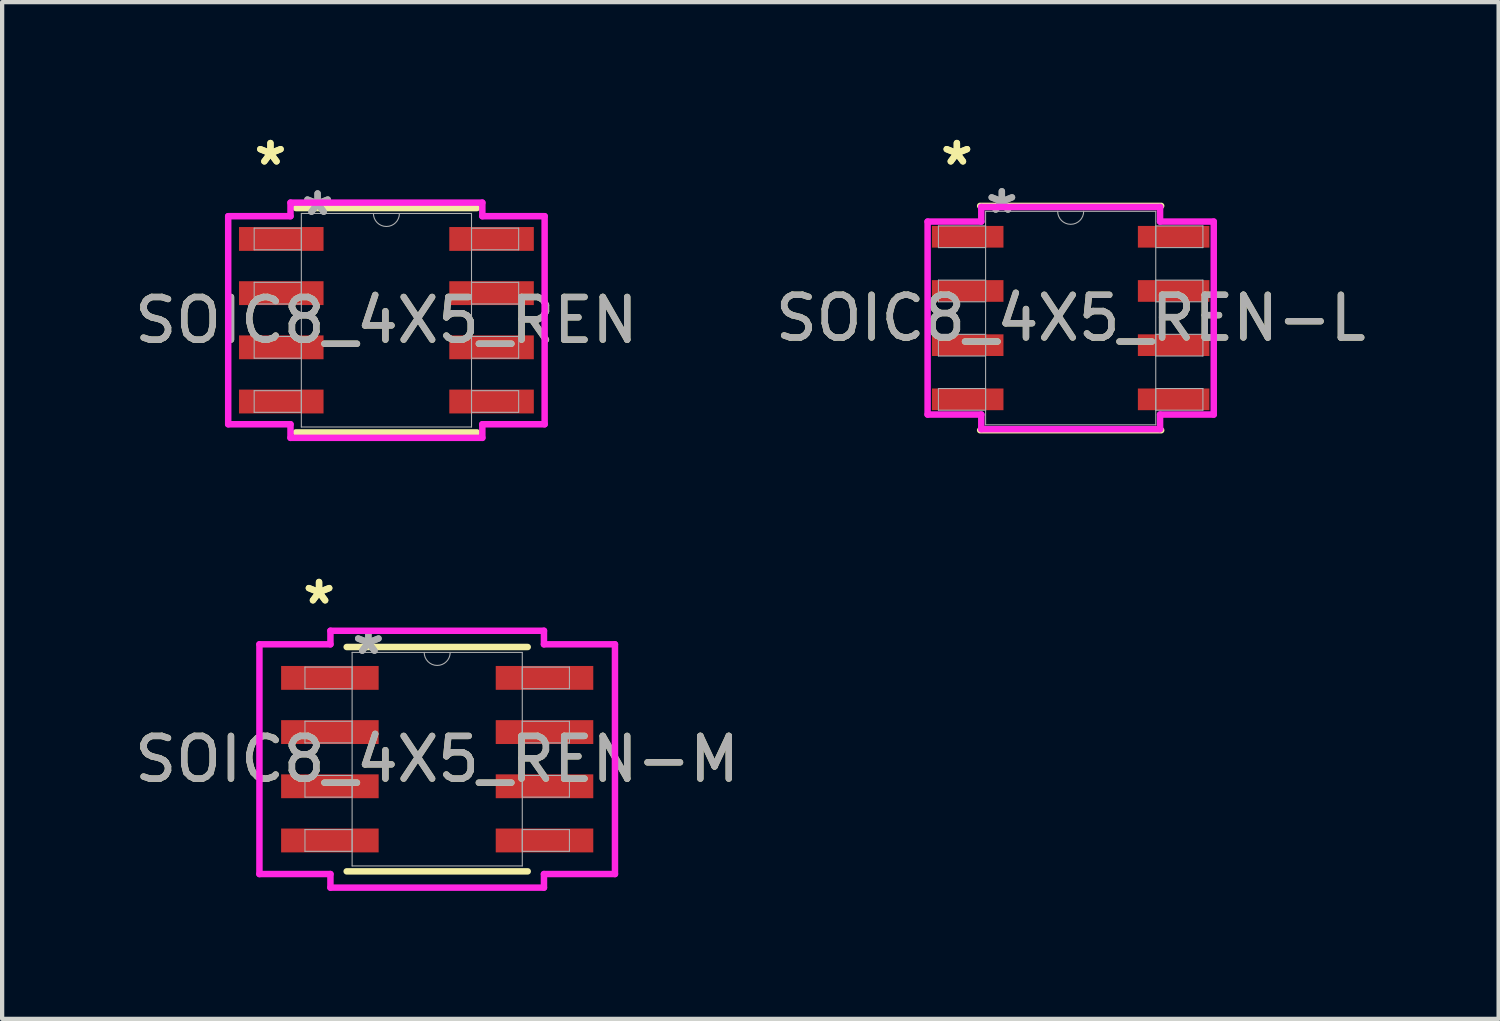
<source format=kicad_pcb>
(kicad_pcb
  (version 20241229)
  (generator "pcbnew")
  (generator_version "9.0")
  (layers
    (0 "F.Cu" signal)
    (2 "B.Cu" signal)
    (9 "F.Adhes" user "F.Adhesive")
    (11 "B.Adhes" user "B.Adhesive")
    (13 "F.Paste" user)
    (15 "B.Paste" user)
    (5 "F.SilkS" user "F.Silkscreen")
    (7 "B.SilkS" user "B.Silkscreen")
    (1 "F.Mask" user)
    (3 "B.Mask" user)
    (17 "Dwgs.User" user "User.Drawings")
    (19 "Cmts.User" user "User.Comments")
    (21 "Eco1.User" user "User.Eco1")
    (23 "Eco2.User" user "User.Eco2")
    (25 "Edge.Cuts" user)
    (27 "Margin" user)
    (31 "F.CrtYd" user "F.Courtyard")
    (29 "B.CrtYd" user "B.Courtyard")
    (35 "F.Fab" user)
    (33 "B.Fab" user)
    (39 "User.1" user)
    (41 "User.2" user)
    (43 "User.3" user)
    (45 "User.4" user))
  (footprint "SOIC8_4X5_REN-M"
    (layer "F.Cu")
    (at 7.196 14.742)
    (property "Reference" "SOIC8_4X5_REN-M" (at 0 0 0) (unlocked yes) (layer "F.SilkS") (effects (font (size 1 1) (thickness 0.15))))
    (attr smd)
    (fp_line (start -2.121 2.629) (end 2.121 2.629) (stroke (width 0.152) (type solid)) (layer "F.SilkS"))
    (fp_line (start 2.121 -2.629) (end -2.121 -2.629) (stroke (width 0.152) (type solid)) (layer "F.SilkS"))
    (fp_line (start -4.166 -2.692) (end -2.502 -2.692) (stroke (width 0.152) (type solid)) (layer "F.CrtYd"))
    (fp_line (start -4.166 2.692) (end -4.166 -2.692) (stroke (width 0.152) (type solid)) (layer "F.CrtYd"))
    (fp_line (start -4.166 2.692) (end -2.502 2.692) (stroke (width 0.152) (type solid)) (layer "F.CrtYd"))
    (fp_line (start -2.502 -3.01) (end 2.502 -3.01) (stroke (width 0.152) (type solid)) (layer "F.CrtYd"))
    (fp_line (start -2.502 -2.692) (end -2.502 -3.01) (stroke (width 0.152) (type solid)) (layer "F.CrtYd"))
    (fp_line (start -2.502 3.01) (end -2.502 2.692) (stroke (width 0.152) (type solid)) (layer "F.CrtYd"))
    (fp_line (start 2.502 -3.01) (end 2.502 -2.692) (stroke (width 0.152) (type solid)) (layer "F.CrtYd"))
    (fp_line (start 2.502 2.692) (end 2.502 3.01) (stroke (width 0.152) (type solid)) (layer "F.CrtYd"))
    (fp_line (start 2.502 3.01) (end -2.502 3.01) (stroke (width 0.152) (type solid)) (layer "F.CrtYd"))
    (fp_line (start 4.166 -2.692) (end 2.502 -2.692) (stroke (width 0.152) (type solid)) (layer "F.CrtYd"))
    (fp_line (start 4.166 -2.692) (end 4.166 2.692) (stroke (width 0.152) (type solid)) (layer "F.CrtYd"))
    (fp_line (start 4.166 2.692) (end 2.502 2.692) (stroke (width 0.152) (type solid)) (layer "F.CrtYd"))
    (fp_line (start -3.099 -2.159) (end -3.099 -1.651) (stroke (width 0.025) (type solid)) (layer "F.Fab"))
    (fp_line (start -3.099 -1.651) (end -1.994 -1.651) (stroke (width 0.025) (type solid)) (layer "F.Fab"))
    (fp_line (start -3.099 -0.889) (end -3.099 -0.381) (stroke (width 0.025) (type solid)) (layer "F.Fab"))
    (fp_line (start -3.099 -0.381) (end -1.994 -0.381) (stroke (width 0.025) (type solid)) (layer "F.Fab"))
    (fp_line (start -3.099 0.381) (end -3.099 0.889) (stroke (width 0.025) (type solid)) (layer "F.Fab"))
    (fp_line (start -3.099 0.889) (end -1.994 0.889) (stroke (width 0.025) (type solid)) (layer "F.Fab"))
    (fp_line (start -3.099 1.651) (end -3.099 2.159) (stroke (width 0.025) (type solid)) (layer "F.Fab"))
    (fp_line (start -3.099 2.159) (end -1.994 2.159) (stroke (width 0.025) (type solid)) (layer "F.Fab"))
    (fp_line (start -1.994 -2.502) (end -1.994 2.502) (stroke (width 0.025) (type solid)) (layer "F.Fab"))
    (fp_line (start -1.994 -2.159) (end -3.099 -2.159) (stroke (width 0.025) (type solid)) (layer "F.Fab"))
    (fp_line (start -1.994 -1.651) (end -1.994 -2.159) (stroke (width 0.025) (type solid)) (layer "F.Fab"))
    (fp_line (start -1.994 -0.889) (end -3.099 -0.889) (stroke (width 0.025) (type solid)) (layer "F.Fab"))
    (fp_line (start -1.994 -0.381) (end -1.994 -0.889) (stroke (width 0.025) (type solid)) (layer "F.Fab"))
    (fp_line (start -1.994 0.381) (end -3.099 0.381) (stroke (width 0.025) (type solid)) (layer "F.Fab"))
    (fp_line (start -1.994 0.889) (end -1.994 0.381) (stroke (width 0.025) (type solid)) (layer "F.Fab"))
    (fp_line (start -1.994 1.651) (end -3.099 1.651) (stroke (width 0.025) (type solid)) (layer "F.Fab"))
    (fp_line (start -1.994 2.159) (end -1.994 1.651) (stroke (width 0.025) (type solid)) (layer "F.Fab"))
    (fp_line (start -1.994 2.502) (end 1.994 2.502) (stroke (width 0.025) (type solid)) (layer "F.Fab"))
    (fp_line (start 1.994 -2.502) (end -1.994 -2.502) (stroke (width 0.025) (type solid)) (layer "F.Fab"))
    (fp_line (start 1.994 -2.159) (end 1.994 -1.651) (stroke (width 0.025) (type solid)) (layer "F.Fab"))
    (fp_line (start 1.994 -1.651) (end 3.099 -1.651) (stroke (width 0.025) (type solid)) (layer "F.Fab"))
    (fp_line (start 1.994 -0.889) (end 1.994 -0.381) (stroke (width 0.025) (type solid)) (layer "F.Fab"))
    (fp_line (start 1.994 -0.381) (end 3.099 -0.381) (stroke (width 0.025) (type solid)) (layer "F.Fab"))
    (fp_line (start 1.994 0.381) (end 1.994 0.889) (stroke (width 0.025) (type solid)) (layer "F.Fab"))
    (fp_line (start 1.994 0.889) (end 3.099 0.889) (stroke (width 0.025) (type solid)) (layer "F.Fab"))
    (fp_line (start 1.994 1.651) (end 1.994 2.159) (stroke (width 0.025) (type solid)) (layer "F.Fab"))
    (fp_line (start 1.994 2.159) (end 3.099 2.159) (stroke (width 0.025) (type solid)) (layer "F.Fab"))
    (fp_line (start 1.994 2.502) (end 1.994 -2.502) (stroke (width 0.025) (type solid)) (layer "F.Fab"))
    (fp_line (start 3.099 -2.159) (end 1.994 -2.159) (stroke (width 0.025) (type solid)) (layer "F.Fab"))
    (fp_line (start 3.099 -1.651) (end 3.099 -2.159) (stroke (width 0.025) (type solid)) (layer "F.Fab"))
    (fp_line (start 3.099 -0.889) (end 1.994 -0.889) (stroke (width 0.025) (type solid)) (layer "F.Fab"))
    (fp_line (start 3.099 -0.381) (end 3.099 -0.889) (stroke (width 0.025) (type solid)) (layer "F.Fab"))
    (fp_line (start 3.099 0.381) (end 1.994 0.381) (stroke (width 0.025) (type solid)) (layer "F.Fab"))
    (fp_line (start 3.099 0.889) (end 3.099 0.381) (stroke (width 0.025) (type solid)) (layer "F.Fab"))
    (fp_line (start 3.099 1.651) (end 1.994 1.651) (stroke (width 0.025) (type solid)) (layer "F.Fab"))
    (fp_line (start 3.099 2.159) (end 3.099 1.651) (stroke (width 0.025) (type solid)) (layer "F.Fab"))
    (fp_arc (start 0.3048 -2.5019) (mid 0 -2.1971) (end -0.3048 -2.5019) (stroke (width 0.0254) (type solid)) (layer "F.Fab"))
    (fp_text user "*" (at -2.769 -3.607 0) (unlocked yes) (layer "F.SilkS") (effects (font (size 1 1) (thickness 0.15))))
    (fp_text user "*" (at -2.769 -3.607 0) (layer "F.SilkS") (effects (font (size 1 1) (thickness 0.15))))
    (fp_text user "${REFERENCE}" (at 0 0 0) (unlocked yes) (layer "F.Fab") (effects (font (size 1 1) (thickness 0.15))))
    (fp_text user "*" (at -1.613 -2.426 0) (layer "F.Fab") (effects (font (size 1 1) (thickness 0.15))))
    (fp_text user "*" (at -1.613 -2.426 0) (unlocked yes) (layer "F.Fab") (effects (font (size 1 1) (thickness 0.15))))
    (pad "1" smd rect (at -2.515 -1.905) (size 2.286 0.559) (layers "F.Cu" "F.Mask" "F.Paste"))
    (pad "2" smd rect (at -2.515 -0.635) (size 2.286 0.559) (layers "F.Cu" "F.Mask" "F.Paste"))
    (pad "3" smd rect (at -2.515 0.635) (size 2.286 0.559) (layers "F.Cu" "F.Mask" "F.Paste"))
    (pad "4" smd rect (at -2.515 1.905) (size 2.286 0.559) (layers "F.Cu" "F.Mask" "F.Paste"))
    (pad "5" smd rect (at 2.515 1.905) (size 2.286 0.559) (layers "F.Cu" "F.Mask" "F.Paste"))
    (pad "6" smd rect (at 2.515 0.635) (size 2.286 0.559) (layers "F.Cu" "F.Mask" "F.Paste"))
    (pad "7" smd rect (at 2.515 -0.635) (size 2.286 0.559) (layers "F.Cu" "F.Mask" "F.Paste"))
    (pad "8" smd rect (at 2.515 -1.905) (size 2.286 0.559) (layers "F.Cu" "F.Mask" "F.Paste")))
  (footprint "SOIC8_4X5_REN-L"
    (layer "F.Cu")
    (at 22.042 4.404)
    (property "Reference" "SOIC8_4X5_REN-L" (at 0 0 0) (unlocked yes) (layer "F.SilkS") (effects (font (size 1 1) (thickness 0.15))))
    (attr smd)
    (fp_line (start -2.121 2.629) (end 2.121 2.629) (stroke (width 0.152) (type solid)) (layer "F.SilkS"))
    (fp_line (start 2.121 -2.629) (end -2.121 -2.629) (stroke (width 0.152) (type solid)) (layer "F.SilkS"))
    (fp_line (start -3.353 -2.261) (end -2.095 -2.261) (stroke (width 0.152) (type solid)) (layer "F.CrtYd"))
    (fp_line (start -3.353 2.261) (end -3.353 -2.261) (stroke (width 0.152) (type solid)) (layer "F.CrtYd"))
    (fp_line (start -3.353 2.261) (end -2.095 2.261) (stroke (width 0.152) (type solid)) (layer "F.CrtYd"))
    (fp_line (start -2.095 -2.603) (end 2.095 -2.603) (stroke (width 0.152) (type solid)) (layer "F.CrtYd"))
    (fp_line (start -2.095 -2.261) (end -2.095 -2.603) (stroke (width 0.152) (type solid)) (layer "F.CrtYd"))
    (fp_line (start -2.095 2.603) (end -2.095 2.261) (stroke (width 0.152) (type solid)) (layer "F.CrtYd"))
    (fp_line (start 2.095 -2.603) (end 2.095 -2.261) (stroke (width 0.152) (type solid)) (layer "F.CrtYd"))
    (fp_line (start 2.095 2.261) (end 2.095 2.603) (stroke (width 0.152) (type solid)) (layer "F.CrtYd"))
    (fp_line (start 2.095 2.603) (end -2.095 2.603) (stroke (width 0.152) (type solid)) (layer "F.CrtYd"))
    (fp_line (start 3.353 -2.261) (end 2.095 -2.261) (stroke (width 0.152) (type solid)) (layer "F.CrtYd"))
    (fp_line (start 3.353 -2.261) (end 3.353 2.261) (stroke (width 0.152) (type solid)) (layer "F.CrtYd"))
    (fp_line (start 3.353 2.261) (end 2.095 2.261) (stroke (width 0.152) (type solid)) (layer "F.CrtYd"))
    (fp_line (start -3.099 -2.159) (end -3.099 -1.651) (stroke (width 0.025) (type solid)) (layer "F.Fab"))
    (fp_line (start -3.099 -1.651) (end -1.994 -1.651) (stroke (width 0.025) (type solid)) (layer "F.Fab"))
    (fp_line (start -3.099 -0.889) (end -3.099 -0.381) (stroke (width 0.025) (type solid)) (layer "F.Fab"))
    (fp_line (start -3.099 -0.381) (end -1.994 -0.381) (stroke (width 0.025) (type solid)) (layer "F.Fab"))
    (fp_line (start -3.099 0.381) (end -3.099 0.889) (stroke (width 0.025) (type solid)) (layer "F.Fab"))
    (fp_line (start -3.099 0.889) (end -1.994 0.889) (stroke (width 0.025) (type solid)) (layer "F.Fab"))
    (fp_line (start -3.099 1.651) (end -3.099 2.159) (stroke (width 0.025) (type solid)) (layer "F.Fab"))
    (fp_line (start -3.099 2.159) (end -1.994 2.159) (stroke (width 0.025) (type solid)) (layer "F.Fab"))
    (fp_line (start -1.994 -2.502) (end -1.994 2.502) (stroke (width 0.025) (type solid)) (layer "F.Fab"))
    (fp_line (start -1.994 -2.159) (end -3.099 -2.159) (stroke (width 0.025) (type solid)) (layer "F.Fab"))
    (fp_line (start -1.994 -1.651) (end -1.994 -2.159) (stroke (width 0.025) (type solid)) (layer "F.Fab"))
    (fp_line (start -1.994 -0.889) (end -3.099 -0.889) (stroke (width 0.025) (type solid)) (layer "F.Fab"))
    (fp_line (start -1.994 -0.381) (end -1.994 -0.889) (stroke (width 0.025) (type solid)) (layer "F.Fab"))
    (fp_line (start -1.994 0.381) (end -3.099 0.381) (stroke (width 0.025) (type solid)) (layer "F.Fab"))
    (fp_line (start -1.994 0.889) (end -1.994 0.381) (stroke (width 0.025) (type solid)) (layer "F.Fab"))
    (fp_line (start -1.994 1.651) (end -3.099 1.651) (stroke (width 0.025) (type solid)) (layer "F.Fab"))
    (fp_line (start -1.994 2.159) (end -1.994 1.651) (stroke (width 0.025) (type solid)) (layer "F.Fab"))
    (fp_line (start -1.994 2.502) (end 1.994 2.502) (stroke (width 0.025) (type solid)) (layer "F.Fab"))
    (fp_line (start 1.994 -2.502) (end -1.994 -2.502) (stroke (width 0.025) (type solid)) (layer "F.Fab"))
    (fp_line (start 1.994 -2.159) (end 1.994 -1.651) (stroke (width 0.025) (type solid)) (layer "F.Fab"))
    (fp_line (start 1.994 -1.651) (end 3.099 -1.651) (stroke (width 0.025) (type solid)) (layer "F.Fab"))
    (fp_line (start 1.994 -0.889) (end 1.994 -0.381) (stroke (width 0.025) (type solid)) (layer "F.Fab"))
    (fp_line (start 1.994 -0.381) (end 3.099 -0.381) (stroke (width 0.025) (type solid)) (layer "F.Fab"))
    (fp_line (start 1.994 0.381) (end 1.994 0.889) (stroke (width 0.025) (type solid)) (layer "F.Fab"))
    (fp_line (start 1.994 0.889) (end 3.099 0.889) (stroke (width 0.025) (type solid)) (layer "F.Fab"))
    (fp_line (start 1.994 1.651) (end 1.994 2.159) (stroke (width 0.025) (type solid)) (layer "F.Fab"))
    (fp_line (start 1.994 2.159) (end 3.099 2.159) (stroke (width 0.025) (type solid)) (layer "F.Fab"))
    (fp_line (start 1.994 2.502) (end 1.994 -2.502) (stroke (width 0.025) (type solid)) (layer "F.Fab"))
    (fp_line (start 3.099 -2.159) (end 1.994 -2.159) (stroke (width 0.025) (type solid)) (layer "F.Fab"))
    (fp_line (start 3.099 -1.651) (end 3.099 -2.159) (stroke (width 0.025) (type solid)) (layer "F.Fab"))
    (fp_line (start 3.099 -0.889) (end 1.994 -0.889) (stroke (width 0.025) (type solid)) (layer "F.Fab"))
    (fp_line (start 3.099 -0.381) (end 3.099 -0.889) (stroke (width 0.025) (type solid)) (layer "F.Fab"))
    (fp_line (start 3.099 0.381) (end 1.994 0.381) (stroke (width 0.025) (type solid)) (layer "F.Fab"))
    (fp_line (start 3.099 0.889) (end 3.099 0.381) (stroke (width 0.025) (type solid)) (layer "F.Fab"))
    (fp_line (start 3.099 1.651) (end 1.994 1.651) (stroke (width 0.025) (type solid)) (layer "F.Fab"))
    (fp_line (start 3.099 2.159) (end 3.099 1.651) (stroke (width 0.025) (type solid)) (layer "F.Fab"))
    (fp_arc (start 0.3048 -2.5019) (mid 0 -2.1971) (end -0.3048 -2.5019) (stroke (width 0.0254) (type solid)) (layer "F.Fab"))
    (fp_text user "*" (at -2.667 -3.556 0) (unlocked yes) (layer "F.SilkS") (effects (font (size 1 1) (thickness 0.15))))
    (fp_text user "*" (at -2.667 -3.556 0) (layer "F.SilkS") (effects (font (size 1 1) (thickness 0.15))))
    (fp_text user "*" (at -1.613 -2.426 0) (unlocked yes) (layer "F.Fab") (effects (font (size 1 1) (thickness 0.15))))
    (fp_text user "*" (at -1.613 -2.426 0) (layer "F.Fab") (effects (font (size 1 1) (thickness 0.15))))
    (fp_text user "${REFERENCE}" (at 0 0 0) (unlocked yes) (layer "F.Fab") (effects (font (size 1 1) (thickness 0.15))))
    (pad "1" smd rect (at -2.413 -1.905) (size 1.676 0.508) (layers "F.Cu" "F.Mask" "F.Paste"))
    (pad "2" smd rect (at -2.413 -0.635) (size 1.676 0.508) (layers "F.Cu" "F.Mask" "F.Paste"))
    (pad "3" smd rect (at -2.413 0.635) (size 1.676 0.508) (layers "F.Cu" "F.Mask" "F.Paste"))
    (pad "4" smd rect (at -2.413 1.905) (size 1.676 0.508) (layers "F.Cu" "F.Mask" "F.Paste"))
    (pad "5" smd rect (at 2.413 1.905) (size 1.676 0.508) (layers "F.Cu" "F.Mask" "F.Paste"))
    (pad "6" smd rect (at 2.413 0.635) (size 1.676 0.508) (layers "F.Cu" "F.Mask" "F.Paste"))
    (pad "7" smd rect (at 2.413 -0.635) (size 1.676 0.508) (layers "F.Cu" "F.Mask" "F.Paste"))
    (pad "8" smd rect (at 2.413 -1.905) (size 1.676 0.508) (layers "F.Cu" "F.Mask" "F.Paste")))
  (footprint "SOIC8_4X5_REN"
    (layer "F.Cu")
    (at 6.006 4.455)
    (property "Reference" "SOIC8_4X5_REN" (at 0 0 0) (unlocked yes) (layer "F.SilkS") (effects (font (size 1 1) (thickness 0.15))))
    (attr smd)
    (fp_line (start -2.121 2.629) (end 2.121 2.629) (stroke (width 0.152) (type solid)) (layer "F.SilkS"))
    (fp_line (start 2.121 -2.629) (end -2.121 -2.629) (stroke (width 0.152) (type solid)) (layer "F.SilkS"))
    (fp_line (start -3.708 -2.438) (end -2.248 -2.438) (stroke (width 0.152) (type solid)) (layer "F.CrtYd"))
    (fp_line (start -3.708 2.438) (end -3.708 -2.438) (stroke (width 0.152) (type solid)) (layer "F.CrtYd"))
    (fp_line (start -3.708 2.438) (end -2.248 2.438) (stroke (width 0.152) (type solid)) (layer "F.CrtYd"))
    (fp_line (start -2.248 -2.756) (end 2.248 -2.756) (stroke (width 0.152) (type solid)) (layer "F.CrtYd"))
    (fp_line (start -2.248 -2.438) (end -2.248 -2.756) (stroke (width 0.152) (type solid)) (layer "F.CrtYd"))
    (fp_line (start -2.248 2.756) (end -2.248 2.438) (stroke (width 0.152) (type solid)) (layer "F.CrtYd"))
    (fp_line (start 2.248 -2.756) (end 2.248 -2.438) (stroke (width 0.152) (type solid)) (layer "F.CrtYd"))
    (fp_line (start 2.248 2.438) (end 2.248 2.756) (stroke (width 0.152) (type solid)) (layer "F.CrtYd"))
    (fp_line (start 2.248 2.756) (end -2.248 2.756) (stroke (width 0.152) (type solid)) (layer "F.CrtYd"))
    (fp_line (start 3.708 -2.438) (end 2.248 -2.438) (stroke (width 0.152) (type solid)) (layer "F.CrtYd"))
    (fp_line (start 3.708 -2.438) (end 3.708 2.438) (stroke (width 0.152) (type solid)) (layer "F.CrtYd"))
    (fp_line (start 3.708 2.438) (end 2.248 2.438) (stroke (width 0.152) (type solid)) (layer "F.CrtYd"))
    (fp_line (start -3.099 -2.159) (end -3.099 -1.651) (stroke (width 0.025) (type solid)) (layer "F.Fab"))
    (fp_line (start -3.099 -1.651) (end -1.994 -1.651) (stroke (width 0.025) (type solid)) (layer "F.Fab"))
    (fp_line (start -3.099 -0.889) (end -3.099 -0.381) (stroke (width 0.025) (type solid)) (layer "F.Fab"))
    (fp_line (start -3.099 -0.381) (end -1.994 -0.381) (stroke (width 0.025) (type solid)) (layer "F.Fab"))
    (fp_line (start -3.099 0.381) (end -3.099 0.889) (stroke (width 0.025) (type solid)) (layer "F.Fab"))
    (fp_line (start -3.099 0.889) (end -1.994 0.889) (stroke (width 0.025) (type solid)) (layer "F.Fab"))
    (fp_line (start -3.099 1.651) (end -3.099 2.159) (stroke (width 0.025) (type solid)) (layer "F.Fab"))
    (fp_line (start -3.099 2.159) (end -1.994 2.159) (stroke (width 0.025) (type solid)) (layer "F.Fab"))
    (fp_line (start -1.994 -2.502) (end -1.994 2.502) (stroke (width 0.025) (type solid)) (layer "F.Fab"))
    (fp_line (start -1.994 -2.159) (end -3.099 -2.159) (stroke (width 0.025) (type solid)) (layer "F.Fab"))
    (fp_line (start -1.994 -1.651) (end -1.994 -2.159) (stroke (width 0.025) (type solid)) (layer "F.Fab"))
    (fp_line (start -1.994 -0.889) (end -3.099 -0.889) (stroke (width 0.025) (type solid)) (layer "F.Fab"))
    (fp_line (start -1.994 -0.381) (end -1.994 -0.889) (stroke (width 0.025) (type solid)) (layer "F.Fab"))
    (fp_line (start -1.994 0.381) (end -3.099 0.381) (stroke (width 0.025) (type solid)) (layer "F.Fab"))
    (fp_line (start -1.994 0.889) (end -1.994 0.381) (stroke (width 0.025) (type solid)) (layer "F.Fab"))
    (fp_line (start -1.994 1.651) (end -3.099 1.651) (stroke (width 0.025) (type solid)) (layer "F.Fab"))
    (fp_line (start -1.994 2.159) (end -1.994 1.651) (stroke (width 0.025) (type solid)) (layer "F.Fab"))
    (fp_line (start -1.994 2.502) (end 1.994 2.502) (stroke (width 0.025) (type solid)) (layer "F.Fab"))
    (fp_line (start 1.994 -2.502) (end -1.994 -2.502) (stroke (width 0.025) (type solid)) (layer "F.Fab"))
    (fp_line (start 1.994 -2.159) (end 1.994 -1.651) (stroke (width 0.025) (type solid)) (layer "F.Fab"))
    (fp_line (start 1.994 -1.651) (end 3.099 -1.651) (stroke (width 0.025) (type solid)) (layer "F.Fab"))
    (fp_line (start 1.994 -0.889) (end 1.994 -0.381) (stroke (width 0.025) (type solid)) (layer "F.Fab"))
    (fp_line (start 1.994 -0.381) (end 3.099 -0.381) (stroke (width 0.025) (type solid)) (layer "F.Fab"))
    (fp_line (start 1.994 0.381) (end 1.994 0.889) (stroke (width 0.025) (type solid)) (layer "F.Fab"))
    (fp_line (start 1.994 0.889) (end 3.099 0.889) (stroke (width 0.025) (type solid)) (layer "F.Fab"))
    (fp_line (start 1.994 1.651) (end 1.994 2.159) (stroke (width 0.025) (type solid)) (layer "F.Fab"))
    (fp_line (start 1.994 2.159) (end 3.099 2.159) (stroke (width 0.025) (type solid)) (layer "F.Fab"))
    (fp_line (start 1.994 2.502) (end 1.994 -2.502) (stroke (width 0.025) (type solid)) (layer "F.Fab"))
    (fp_line (start 3.099 -2.159) (end 1.994 -2.159) (stroke (width 0.025) (type solid)) (layer "F.Fab"))
    (fp_line (start 3.099 -1.651) (end 3.099 -2.159) (stroke (width 0.025) (type solid)) (layer "F.Fab"))
    (fp_line (start 3.099 -0.889) (end 1.994 -0.889) (stroke (width 0.025) (type solid)) (layer "F.Fab"))
    (fp_line (start 3.099 -0.381) (end 3.099 -0.889) (stroke (width 0.025) (type solid)) (layer "F.Fab"))
    (fp_line (start 3.099 0.381) (end 1.994 0.381) (stroke (width 0.025) (type solid)) (layer "F.Fab"))
    (fp_line (start 3.099 0.889) (end 3.099 0.381) (stroke (width 0.025) (type solid)) (layer "F.Fab"))
    (fp_line (start 3.099 1.651) (end 1.994 1.651) (stroke (width 0.025) (type solid)) (layer "F.Fab"))
    (fp_line (start 3.099 2.159) (end 3.099 1.651) (stroke (width 0.025) (type solid)) (layer "F.Fab"))
    (fp_arc (start 0.3048 -2.5019) (mid 0 -2.1971) (end -0.3048 -2.5019) (stroke (width 0.0254) (type solid)) (layer "F.Fab"))
    (fp_text user "*" (at -2.718 -3.607 0) (unlocked yes) (layer "F.SilkS") (effects (font (size 1 1) (thickness 0.15))))
    (fp_text user "*" (at -2.718 -3.607 0) (layer "F.SilkS") (effects (font (size 1 1) (thickness 0.15))))
    (fp_text user "*" (at -1.613 -2.426 0) (unlocked yes) (layer "F.Fab") (effects (font (size 1 1) (thickness 0.15))))
    (fp_text user "${REFERENCE}" (at 0 0 0) (unlocked yes) (layer "F.Fab") (effects (font (size 1 1) (thickness 0.15))))
    (fp_text user "*" (at -1.613 -2.426 0) (layer "F.Fab") (effects (font (size 1 1) (thickness 0.15))))
    (pad "1" smd rect (at -2.464 -1.905) (size 1.981 0.559) (layers "F.Cu" "F.Mask" "F.Paste"))
    (pad "2" smd rect (at -2.464 -0.635) (size 1.981 0.559) (layers "F.Cu" "F.Mask" "F.Paste"))
    (pad "3" smd rect (at -2.464 0.635) (size 1.981 0.559) (layers "F.Cu" "F.Mask" "F.Paste"))
    (pad "4" smd rect (at -2.464 1.905) (size 1.981 0.559) (layers "F.Cu" "F.Mask" "F.Paste"))
    (pad "5" smd rect (at 2.464 1.905) (size 1.981 0.559) (layers "F.Cu" "F.Mask" "F.Paste"))
    (pad "6" smd rect (at 2.464 0.635) (size 1.981 0.559) (layers "F.Cu" "F.Mask" "F.Paste"))
    (pad "7" smd rect (at 2.464 -0.635) (size 1.981 0.559) (layers "F.Cu" "F.Mask" "F.Paste"))
    (pad "8" smd rect (at 2.464 -1.905) (size 1.981 0.559) (layers "F.Cu" "F.Mask" "F.Paste")))
  (gr_rect
    (start -3 -3)
    (end 32.071 20.828)
    (stroke (width 0.1) (type default))
    (fill no)
    (layer "Edge.Cuts")))
</source>
